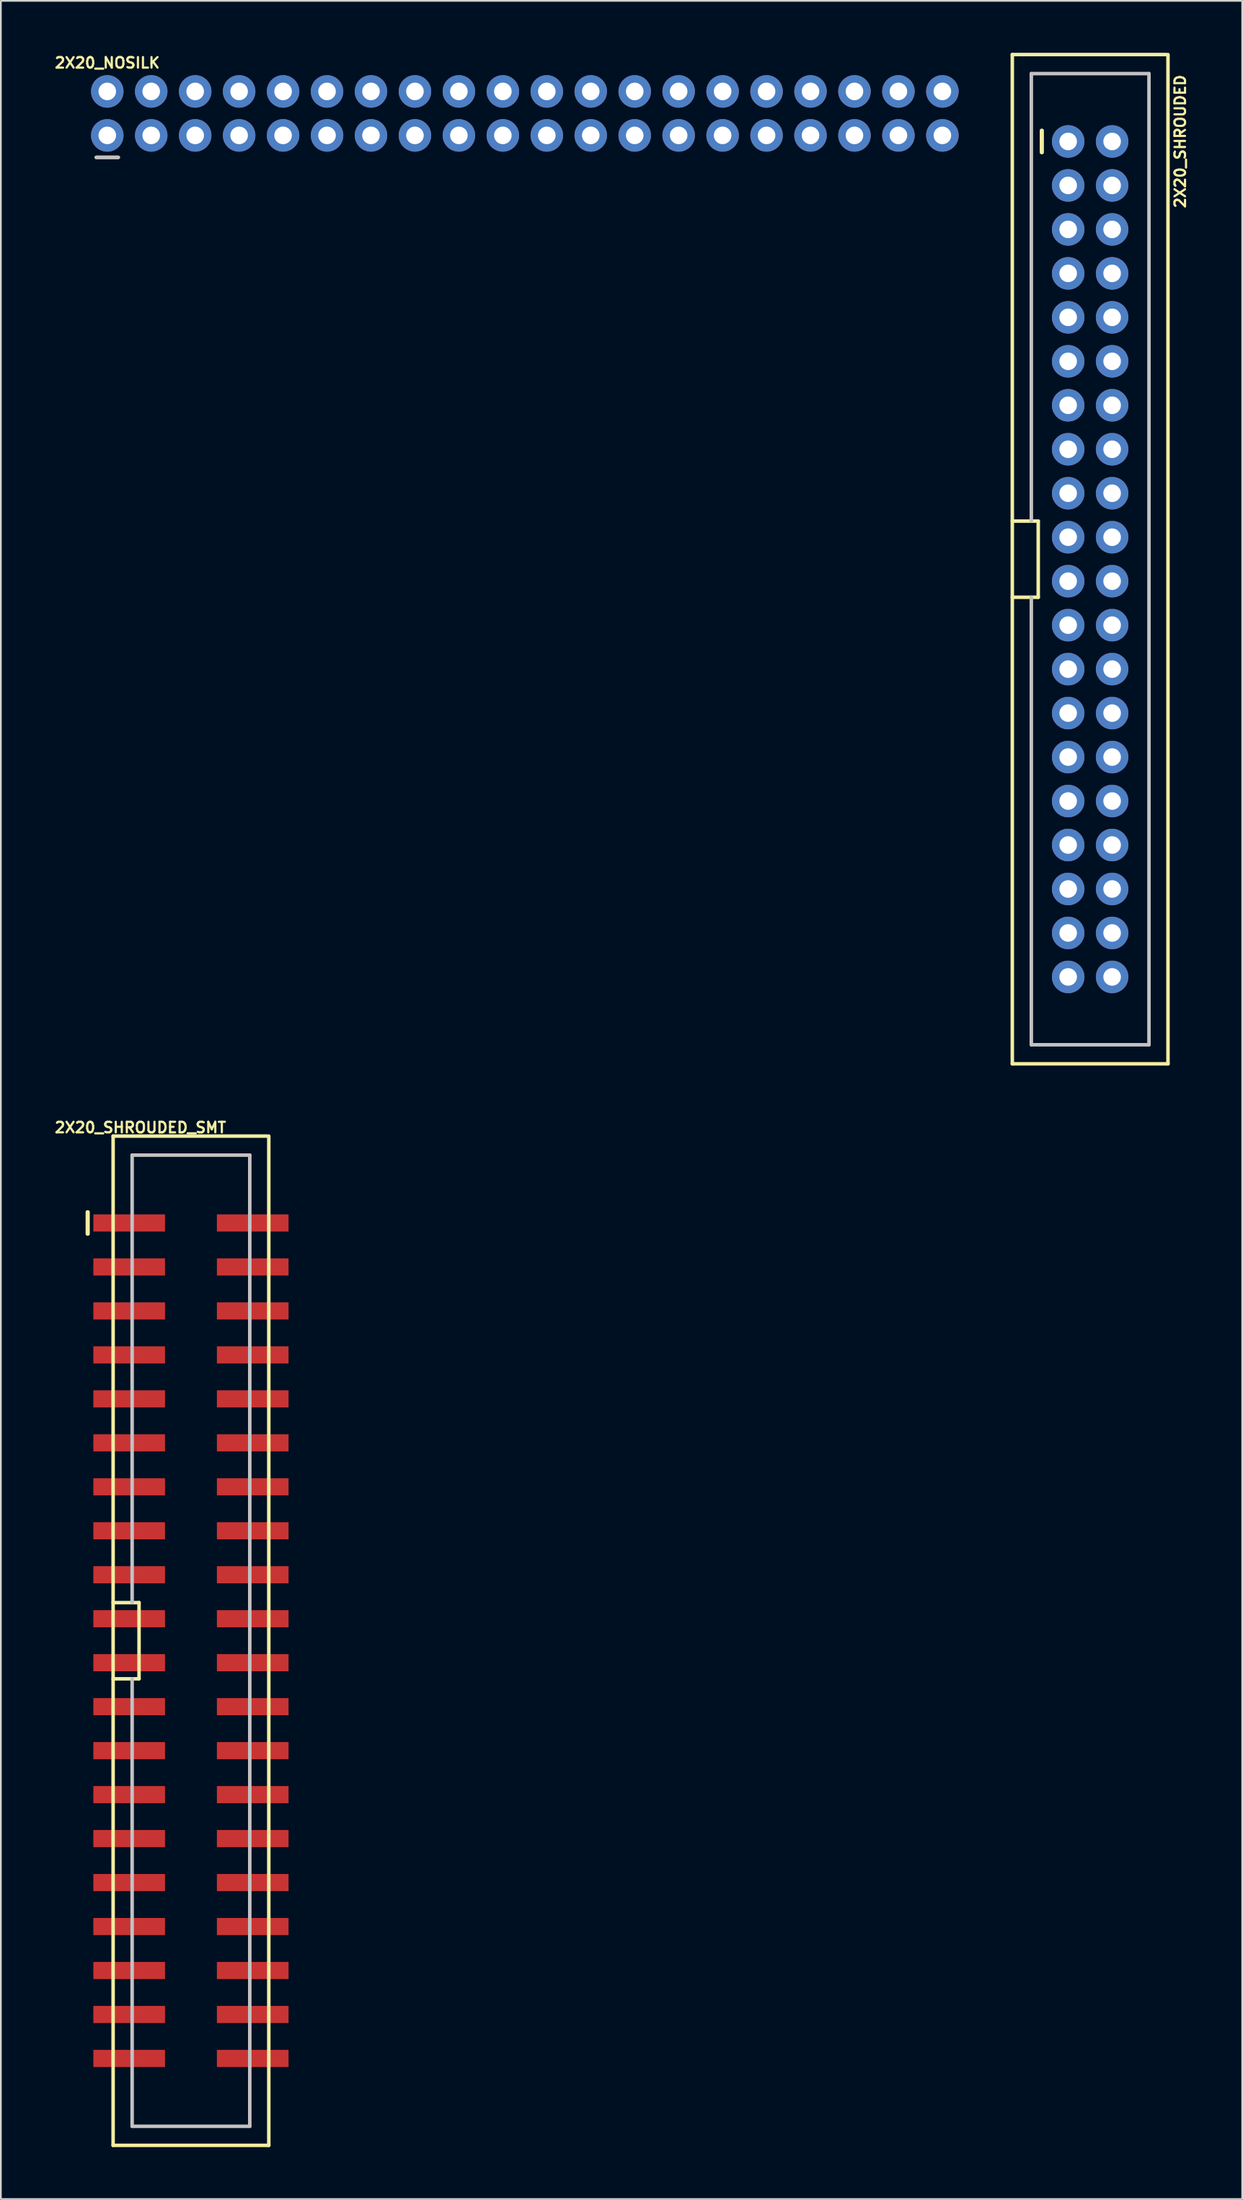
<source format=kicad_pcb>
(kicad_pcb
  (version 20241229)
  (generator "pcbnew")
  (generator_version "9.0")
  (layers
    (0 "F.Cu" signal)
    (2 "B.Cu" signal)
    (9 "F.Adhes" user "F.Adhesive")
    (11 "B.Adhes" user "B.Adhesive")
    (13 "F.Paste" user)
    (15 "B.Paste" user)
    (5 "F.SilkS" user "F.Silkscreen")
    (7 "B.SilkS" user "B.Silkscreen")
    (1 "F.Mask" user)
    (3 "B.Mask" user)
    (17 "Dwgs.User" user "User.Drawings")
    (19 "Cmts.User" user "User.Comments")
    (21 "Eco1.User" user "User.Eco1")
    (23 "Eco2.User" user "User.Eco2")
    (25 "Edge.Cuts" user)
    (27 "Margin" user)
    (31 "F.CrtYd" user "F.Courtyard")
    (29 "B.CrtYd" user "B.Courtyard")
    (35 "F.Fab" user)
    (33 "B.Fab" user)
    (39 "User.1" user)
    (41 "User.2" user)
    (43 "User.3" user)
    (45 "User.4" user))
  (footprint "2X20_NOSILK"
    (layer "F.Cu")
    (at 3.149 4.771)
    (property "Reference" "2X20_NOSILK" (at 0 -4.191 0) (layer "F.SilkS") (effects (font (size 0.61 0.61) (thickness 0.127))))
    (attr exclude_from_pos_files exclude_from_bom)
    (fp_line (start -0.635 1.27) (end 0.635 1.27) (stroke (width 0.203) (type solid)) (layer "Dwgs.User"))
    (fp_line (start 0.635 1.27) (end -0.635 1.27) (stroke (width 0.203) (type solid)) (layer "Dwgs.User"))
    (pad "1" thru_hole circle (at 0 0) (size 1.88 1.88) (drill 1.016) (layers "*.Cu" "*.Paste" "*.Mask"))
    (pad "2" thru_hole circle (at 0 -2.54) (size 1.88 1.88) (drill 1.016) (layers "*.Cu" "*.Paste" "*.Mask"))
    (pad "3" thru_hole circle (at 2.54 0) (size 1.88 1.88) (drill 1.016) (layers "*.Cu" "*.Paste" "*.Mask"))
    (pad "4" thru_hole circle (at 2.54 -2.54) (size 1.88 1.88) (drill 1.016) (layers "*.Cu" "*.Paste" "*.Mask"))
    (pad "5" thru_hole circle (at 5.08 0) (size 1.88 1.88) (drill 1.016) (layers "*.Cu" "*.Paste" "*.Mask"))
    (pad "6" thru_hole circle (at 5.08 -2.54) (size 1.88 1.88) (drill 1.016) (layers "*.Cu" "*.Paste" "*.Mask"))
    (pad "7" thru_hole circle (at 7.62 0) (size 1.88 1.88) (drill 1.016) (layers "*.Cu" "*.Paste" "*.Mask"))
    (pad "8" thru_hole circle (at 7.62 -2.54) (size 1.88 1.88) (drill 1.016) (layers "*.Cu" "*.Paste" "*.Mask"))
    (pad "9" thru_hole circle (at 10.16 0) (size 1.88 1.88) (drill 1.016) (layers "*.Cu" "*.Paste" "*.Mask"))
    (pad "10" thru_hole circle (at 10.16 -2.54) (size 1.88 1.88) (drill 1.016) (layers "*.Cu" "*.Paste" "*.Mask"))
    (pad "11" thru_hole circle (at 12.7 0) (size 1.88 1.88) (drill 1.016) (layers "*.Cu" "*.Paste" "*.Mask"))
    (pad "12" thru_hole circle (at 12.7 -2.54) (size 1.88 1.88) (drill 1.016) (layers "*.Cu" "*.Paste" "*.Mask"))
    (pad "13" thru_hole circle (at 15.24 0) (size 1.88 1.88) (drill 1.016) (layers "*.Cu" "*.Paste" "*.Mask"))
    (pad "14" thru_hole circle (at 15.24 -2.54) (size 1.88 1.88) (drill 1.016) (layers "*.Cu" "*.Paste" "*.Mask"))
    (pad "15" thru_hole circle (at 17.78 0) (size 1.88 1.88) (drill 1.016) (layers "*.Cu" "*.Paste" "*.Mask"))
    (pad "16" thru_hole circle (at 17.78 -2.54) (size 1.88 1.88) (drill 1.016) (layers "*.Cu" "*.Paste" "*.Mask"))
    (pad "17" thru_hole circle (at 20.32 0) (size 1.88 1.88) (drill 1.016) (layers "*.Cu" "*.Paste" "*.Mask"))
    (pad "18" thru_hole circle (at 20.32 -2.54) (size 1.88 1.88) (drill 1.016) (layers "*.Cu" "*.Paste" "*.Mask"))
    (pad "19" thru_hole circle (at 22.86 0) (size 1.88 1.88) (drill 1.016) (layers "*.Cu" "*.Paste" "*.Mask"))
    (pad "20" thru_hole circle (at 22.86 -2.54) (size 1.88 1.88) (drill 1.016) (layers "*.Cu" "*.Paste" "*.Mask"))
    (pad "21" thru_hole circle (at 25.4 0) (size 1.88 1.88) (drill 1.016) (layers "*.Cu" "*.Paste" "*.Mask"))
    (pad "22" thru_hole circle (at 25.4 -2.54) (size 1.88 1.88) (drill 1.016) (layers "*.Cu" "*.Paste" "*.Mask"))
    (pad "23" thru_hole circle (at 27.94 0) (size 1.88 1.88) (drill 1.016) (layers "*.Cu" "*.Paste" "*.Mask"))
    (pad "24" thru_hole circle (at 27.94 -2.54) (size 1.88 1.88) (drill 1.016) (layers "*.Cu" "*.Paste" "*.Mask"))
    (pad "25" thru_hole circle (at 30.48 0) (size 1.88 1.88) (drill 1.016) (layers "*.Cu" "*.Paste" "*.Mask"))
    (pad "26" thru_hole circle (at 30.48 -2.54) (size 1.88 1.88) (drill 1.016) (layers "*.Cu" "*.Paste" "*.Mask"))
    (pad "27" thru_hole circle (at 33.02 0) (size 1.88 1.88) (drill 1.016) (layers "*.Cu" "*.Paste" "*.Mask"))
    (pad "28" thru_hole circle (at 33.02 -2.54) (size 1.88 1.88) (drill 1.016) (layers "*.Cu" "*.Paste" "*.Mask"))
    (pad "29" thru_hole circle (at 35.56 0) (size 1.88 1.88) (drill 1.016) (layers "*.Cu" "*.Paste" "*.Mask"))
    (pad "30" thru_hole circle (at 35.56 -2.54) (size 1.88 1.88) (drill 1.016) (layers "*.Cu" "*.Paste" "*.Mask"))
    (pad "31" thru_hole circle (at 38.1 0) (size 1.88 1.88) (drill 1.016) (layers "*.Cu" "*.Paste" "*.Mask"))
    (pad "32" thru_hole circle (at 38.1 -2.54) (size 1.88 1.88) (drill 1.016) (layers "*.Cu" "*.Paste" "*.Mask"))
    (pad "33" thru_hole circle (at 40.64 0) (size 1.88 1.88) (drill 1.016) (layers "*.Cu" "*.Paste" "*.Mask"))
    (pad "34" thru_hole circle (at 40.64 -2.54) (size 1.88 1.88) (drill 1.016) (layers "*.Cu" "*.Paste" "*.Mask"))
    (pad "35" thru_hole circle (at 43.18 0) (size 1.88 1.88) (drill 1.016) (layers "*.Cu" "*.Paste" "*.Mask"))
    (pad "36" thru_hole circle (at 43.18 -2.54) (size 1.88 1.88) (drill 1.016) (layers "*.Cu" "*.Paste" "*.Mask"))
    (pad "37" thru_hole circle (at 45.72 0) (size 1.88 1.88) (drill 1.016) (layers "*.Cu" "*.Paste" "*.Mask"))
    (pad "38" thru_hole circle (at 45.72 -2.54) (size 1.88 1.88) (drill 1.016) (layers "*.Cu" "*.Paste" "*.Mask"))
    (pad "39" thru_hole circle (at 48.26 0) (size 1.88 1.88) (drill 1.016) (layers "*.Cu" "*.Paste" "*.Mask"))
    (pad "40" thru_hole circle (at 48.26 -2.54) (size 1.88 1.88) (drill 1.016) (layers "*.Cu" "*.Paste" "*.Mask")))
  (footprint "2X20_SHROUDED_SMT"
    (layer "F.Cu")
    (at 7.985 91.723)
    (property "Reference" "2X20_SHROUDED_SMT" (at -2.921 -29.642 0) (layer "F.SilkS") (effects (font (size 0.61 0.61) (thickness 0.127))))
    (attr smd)
    (fp_line (start -5.987 -24.765) (end -5.987 -23.495) (stroke (width 0.203) (type solid)) (layer "F.SilkS"))
    (fp_line (start -5.949 -24.765) (end -5.949 -23.495) (stroke (width 0.203) (type solid)) (layer "F.SilkS"))
    (fp_line (start -4.498 -29.149) (end 4.399 -29.149) (stroke (width 0.203) (type solid)) (layer "F.SilkS"))
    (fp_line (start -4.498 -2.2) (end -3 -2.2) (stroke (width 0.203) (type solid)) (layer "F.SilkS"))
    (fp_line (start -4.498 29.149) (end -4.498 -29.149) (stroke (width 0.203) (type solid)) (layer "F.SilkS"))
    (fp_line (start -3 -2.2) (end -3 2.2) (stroke (width 0.203) (type solid)) (layer "F.SilkS"))
    (fp_line (start -3 2.2) (end -4.498 2.2) (stroke (width 0.203) (type solid)) (layer "F.SilkS"))
    (fp_line (start 4.498 -29.149) (end 4.498 29.149) (stroke (width 0.203) (type solid)) (layer "F.SilkS"))
    (fp_line (start 4.498 29.149) (end -4.498 29.149) (stroke (width 0.203) (type solid)) (layer "F.SilkS"))
    (fp_line (start -3.399 -28.049) (end -3.399 -2.2) (stroke (width 0.203) (type solid)) (layer "Dwgs.User"))
    (fp_line (start -3.399 -28.049) (end 3.399 -28.049) (stroke (width 0.203) (type solid)) (layer "Dwgs.User"))
    (fp_line (start -3.399 28.049) (end -3.399 2.2) (stroke (width 0.203) (type solid)) (layer "Dwgs.User"))
    (fp_line (start -3.399 28.049) (end 3.399 28.049) (stroke (width 0.203) (type solid)) (layer "Dwgs.User"))
    (fp_line (start 3.399 -28.049) (end 3.399 28.049) (stroke (width 0.203) (type solid)) (layer "Dwgs.User"))
    (pad "1" smd rect (at -3.569 -24.13) (size 4.14 0.991) (layers "F.Cu" "F.Mask" "F.Paste"))
    (pad "2" smd rect (at 3.569 -24.13) (size 4.14 0.991) (layers "F.Cu" "F.Mask" "F.Paste"))
    (pad "3" smd rect (at -3.569 -21.59) (size 4.14 0.991) (layers "F.Cu" "F.Mask" "F.Paste"))
    (pad "4" smd rect (at 3.569 -21.59) (size 4.14 0.991) (layers "F.Cu" "F.Mask" "F.Paste"))
    (pad "5" smd rect (at -3.569 -19.05) (size 4.14 0.991) (layers "F.Cu" "F.Mask" "F.Paste"))
    (pad "6" smd rect (at 3.569 -19.05) (size 4.14 0.991) (layers "F.Cu" "F.Mask" "F.Paste"))
    (pad "7" smd rect (at -3.569 -16.51) (size 4.14 0.991) (layers "F.Cu" "F.Mask" "F.Paste"))
    (pad "8" smd rect (at 3.569 -16.51) (size 4.14 0.991) (layers "F.Cu" "F.Mask" "F.Paste"))
    (pad "9" smd rect (at -3.569 -13.97) (size 4.14 0.991) (layers "F.Cu" "F.Mask" "F.Paste"))
    (pad "10" smd rect (at 3.569 -13.97) (size 4.14 0.991) (layers "F.Cu" "F.Mask" "F.Paste"))
    (pad "11" smd rect (at -3.569 -11.43) (size 4.14 0.991) (layers "F.Cu" "F.Mask" "F.Paste"))
    (pad "12" smd rect (at 3.569 -11.43) (size 4.14 0.991) (layers "F.Cu" "F.Mask" "F.Paste"))
    (pad "13" smd rect (at -3.569 -8.89) (size 4.14 0.991) (layers "F.Cu" "F.Mask" "F.Paste"))
    (pad "14" smd rect (at 3.569 -8.89) (size 4.14 0.991) (layers "F.Cu" "F.Mask" "F.Paste"))
    (pad "15" smd rect (at -3.569 -6.35) (size 4.14 0.991) (layers "F.Cu" "F.Mask" "F.Paste"))
    (pad "16" smd rect (at 3.569 -6.35) (size 4.14 0.991) (layers "F.Cu" "F.Mask" "F.Paste"))
    (pad "17" smd rect (at -3.569 -3.81) (size 4.14 0.991) (layers "F.Cu" "F.Mask" "F.Paste"))
    (pad "18" smd rect (at 3.569 -3.81) (size 4.14 0.991) (layers "F.Cu" "F.Mask" "F.Paste"))
    (pad "19" smd rect (at -3.569 -1.27) (size 4.14 0.991) (layers "F.Cu" "F.Mask" "F.Paste"))
    (pad "20" smd rect (at 3.569 -1.27) (size 4.14 0.991) (layers "F.Cu" "F.Mask" "F.Paste"))
    (pad "21" smd rect (at -3.569 1.27) (size 4.14 0.991) (layers "F.Cu" "F.Mask" "F.Paste"))
    (pad "22" smd rect (at 3.569 1.27) (size 4.14 0.991) (layers "F.Cu" "F.Mask" "F.Paste"))
    (pad "23" smd rect (at -3.569 3.81) (size 4.14 0.991) (layers "F.Cu" "F.Mask" "F.Paste"))
    (pad "24" smd rect (at 3.569 3.81) (size 4.14 0.991) (layers "F.Cu" "F.Mask" "F.Paste"))
    (pad "25" smd rect (at -3.569 6.35) (size 4.14 0.991) (layers "F.Cu" "F.Mask" "F.Paste"))
    (pad "26" smd rect (at 3.569 6.35) (size 4.14 0.991) (layers "F.Cu" "F.Mask" "F.Paste"))
    (pad "27" smd rect (at -3.569 8.89) (size 4.14 0.991) (layers "F.Cu" "F.Mask" "F.Paste"))
    (pad "28" smd rect (at 3.569 8.89) (size 4.14 0.991) (layers "F.Cu" "F.Mask" "F.Paste"))
    (pad "29" smd rect (at -3.569 11.43) (size 4.14 0.991) (layers "F.Cu" "F.Mask" "F.Paste"))
    (pad "30" smd rect (at 3.569 11.43) (size 4.14 0.991) (layers "F.Cu" "F.Mask" "F.Paste"))
    (pad "31" smd rect (at -3.569 13.97) (size 4.14 0.991) (layers "F.Cu" "F.Mask" "F.Paste"))
    (pad "32" smd rect (at 3.569 13.97) (size 4.14 0.991) (layers "F.Cu" "F.Mask" "F.Paste"))
    (pad "33" smd rect (at -3.569 16.51) (size 4.14 0.991) (layers "F.Cu" "F.Mask" "F.Paste"))
    (pad "34" smd rect (at 3.569 16.51) (size 4.14 0.991) (layers "F.Cu" "F.Mask" "F.Paste"))
    (pad "35" smd rect (at -3.569 19.05) (size 4.14 0.991) (layers "F.Cu" "F.Mask" "F.Paste"))
    (pad "36" smd rect (at 3.569 19.05) (size 4.14 0.991) (layers "F.Cu" "F.Mask" "F.Paste"))
    (pad "37" smd rect (at -3.569 21.59) (size 4.14 0.991) (layers "F.Cu" "F.Mask" "F.Paste"))
    (pad "38" smd rect (at 3.569 21.59) (size 4.14 0.991) (layers "F.Cu" "F.Mask" "F.Paste"))
    (pad "39" smd rect (at -3.569 24.13) (size 4.14 0.991) (layers "F.Cu" "F.Mask" "F.Paste"))
    (pad "40" smd rect (at 3.569 24.13) (size 4.14 0.991) (layers "F.Cu" "F.Mask" "F.Paste")))
  (footprint "2X20_SHROUDED"
    (layer "F.Cu")
    (at 59.948 29.251)
    (property "Reference" "2X20_SHROUDED" (at 5.207 -24.13 90) (layer "F.SilkS") (effects (font (size 0.61 0.61) (thickness 0.127))))
    (attr exclude_from_pos_files exclude_from_bom)
    (fp_line (start -4.498 -29.149) (end 4.399 -29.149) (stroke (width 0.203) (type solid)) (layer "F.SilkS"))
    (fp_line (start -4.498 -2.2) (end -3 -2.2) (stroke (width 0.203) (type solid)) (layer "F.SilkS"))
    (fp_line (start -4.498 29.149) (end -4.498 -29.149) (stroke (width 0.203) (type solid)) (layer "F.SilkS"))
    (fp_line (start -3 -2.2) (end -3 2.2) (stroke (width 0.203) (type solid)) (layer "F.SilkS"))
    (fp_line (start -3 2.2) (end -4.498 2.2) (stroke (width 0.203) (type solid)) (layer "F.SilkS"))
    (fp_line (start -2.812 -24.765) (end -2.812 -23.495) (stroke (width 0.203) (type solid)) (layer "F.SilkS"))
    (fp_line (start -2.774 -24.765) (end -2.774 -23.495) (stroke (width 0.203) (type solid)) (layer "F.SilkS"))
    (fp_line (start 4.498 -29.149) (end 4.498 29.149) (stroke (width 0.203) (type solid)) (layer "F.SilkS"))
    (fp_line (start 4.498 29.149) (end -4.498 29.149) (stroke (width 0.203) (type solid)) (layer "F.SilkS"))
    (fp_line (start -3.399 -28.049) (end -3.399 -2.2) (stroke (width 0.203) (type solid)) (layer "Dwgs.User"))
    (fp_line (start -3.399 -28.049) (end 3.399 -28.049) (stroke (width 0.203) (type solid)) (layer "Dwgs.User"))
    (fp_line (start -3.399 28.049) (end -3.399 2.2) (stroke (width 0.203) (type solid)) (layer "Dwgs.User"))
    (fp_line (start -3.399 28.049) (end 3.399 28.049) (stroke (width 0.203) (type solid)) (layer "Dwgs.User"))
    (fp_line (start 3.399 -28.049) (end 3.399 28.049) (stroke (width 0.203) (type solid)) (layer "Dwgs.User"))
    (pad "1" thru_hole circle (at -1.27 -24.13) (size 1.88 1.88) (drill 1.016) (layers "*.Cu" "*.Paste" "*.Mask"))
    (pad "2" thru_hole circle (at 1.27 -24.13) (size 1.88 1.88) (drill 1.016) (layers "*.Cu" "*.Paste" "*.Mask"))
    (pad "3" thru_hole circle (at -1.27 -21.59) (size 1.88 1.88) (drill 1.016) (layers "*.Cu" "*.Paste" "*.Mask"))
    (pad "4" thru_hole circle (at 1.27 -21.59) (size 1.88 1.88) (drill 1.016) (layers "*.Cu" "*.Paste" "*.Mask"))
    (pad "5" thru_hole circle (at -1.27 -19.05) (size 1.88 1.88) (drill 1.016) (layers "*.Cu" "*.Paste" "*.Mask"))
    (pad "6" thru_hole circle (at 1.27 -19.05) (size 1.88 1.88) (drill 1.016) (layers "*.Cu" "*.Paste" "*.Mask"))
    (pad "7" thru_hole circle (at -1.27 -16.51) (size 1.88 1.88) (drill 1.016) (layers "*.Cu" "*.Paste" "*.Mask"))
    (pad "8" thru_hole circle (at 1.27 -16.51) (size 1.88 1.88) (drill 1.016) (layers "*.Cu" "*.Paste" "*.Mask"))
    (pad "9" thru_hole circle (at -1.27 -13.97) (size 1.88 1.88) (drill 1.016) (layers "*.Cu" "*.Paste" "*.Mask"))
    (pad "10" thru_hole circle (at 1.27 -13.97) (size 1.88 1.88) (drill 1.016) (layers "*.Cu" "*.Paste" "*.Mask"))
    (pad "11" thru_hole circle (at -1.27 -11.43) (size 1.88 1.88) (drill 1.016) (layers "*.Cu" "*.Paste" "*.Mask"))
    (pad "12" thru_hole circle (at 1.27 -11.43) (size 1.88 1.88) (drill 1.016) (layers "*.Cu" "*.Paste" "*.Mask"))
    (pad "13" thru_hole circle (at -1.27 -8.89) (size 1.88 1.88) (drill 1.016) (layers "*.Cu" "*.Paste" "*.Mask"))
    (pad "14" thru_hole circle (at 1.27 -8.89) (size 1.88 1.88) (drill 1.016) (layers "*.Cu" "*.Paste" "*.Mask"))
    (pad "15" thru_hole circle (at -1.27 -6.35) (size 1.88 1.88) (drill 1.016) (layers "*.Cu" "*.Paste" "*.Mask"))
    (pad "16" thru_hole circle (at 1.27 -6.35) (size 1.88 1.88) (drill 1.016) (layers "*.Cu" "*.Paste" "*.Mask"))
    (pad "17" thru_hole circle (at -1.27 -3.81) (size 1.88 1.88) (drill 1.016) (layers "*.Cu" "*.Paste" "*.Mask"))
    (pad "18" thru_hole circle (at 1.27 -3.81) (size 1.88 1.88) (drill 1.016) (layers "*.Cu" "*.Paste" "*.Mask"))
    (pad "19" thru_hole circle (at -1.27 -1.27) (size 1.88 1.88) (drill 1.016) (layers "*.Cu" "*.Paste" "*.Mask"))
    (pad "20" thru_hole circle (at 1.27 -1.27) (size 1.88 1.88) (drill 1.016) (layers "*.Cu" "*.Paste" "*.Mask"))
    (pad "21" thru_hole circle (at -1.27 1.27) (size 1.88 1.88) (drill 1.016) (layers "*.Cu" "*.Paste" "*.Mask"))
    (pad "22" thru_hole circle (at 1.27 1.27) (size 1.88 1.88) (drill 1.016) (layers "*.Cu" "*.Paste" "*.Mask"))
    (pad "23" thru_hole circle (at -1.27 3.81) (size 1.88 1.88) (drill 1.016) (layers "*.Cu" "*.Paste" "*.Mask"))
    (pad "24" thru_hole circle (at 1.27 3.81) (size 1.88 1.88) (drill 1.016) (layers "*.Cu" "*.Paste" "*.Mask"))
    (pad "25" thru_hole circle (at -1.27 6.35) (size 1.88 1.88) (drill 1.016) (layers "*.Cu" "*.Paste" "*.Mask"))
    (pad "26" thru_hole circle (at 1.27 6.35) (size 1.88 1.88) (drill 1.016) (layers "*.Cu" "*.Paste" "*.Mask"))
    (pad "27" thru_hole circle (at -1.27 8.89) (size 1.88 1.88) (drill 1.016) (layers "*.Cu" "*.Paste" "*.Mask"))
    (pad "28" thru_hole circle (at 1.27 8.89) (size 1.88 1.88) (drill 1.016) (layers "*.Cu" "*.Paste" "*.Mask"))
    (pad "29" thru_hole circle (at -1.27 11.43) (size 1.88 1.88) (drill 1.016) (layers "*.Cu" "*.Paste" "*.Mask"))
    (pad "30" thru_hole circle (at 1.27 11.43) (size 1.88 1.88) (drill 1.016) (layers "*.Cu" "*.Paste" "*.Mask"))
    (pad "31" thru_hole circle (at -1.27 13.97) (size 1.88 1.88) (drill 1.016) (layers "*.Cu" "*.Paste" "*.Mask"))
    (pad "32" thru_hole circle (at 1.27 13.97) (size 1.88 1.88) (drill 1.016) (layers "*.Cu" "*.Paste" "*.Mask"))
    (pad "33" thru_hole circle (at -1.27 16.51) (size 1.88 1.88) (drill 1.016) (layers "*.Cu" "*.Paste" "*.Mask"))
    (pad "34" thru_hole circle (at 1.27 16.51) (size 1.88 1.88) (drill 1.016) (layers "*.Cu" "*.Paste" "*.Mask"))
    (pad "35" thru_hole circle (at -1.27 19.05) (size 1.88 1.88) (drill 1.016) (layers "*.Cu" "*.Paste" "*.Mask"))
    (pad "36" thru_hole circle (at 1.27 19.05) (size 1.88 1.88) (drill 1.016) (layers "*.Cu" "*.Paste" "*.Mask"))
    (pad "37" thru_hole circle (at -1.27 21.59) (size 1.88 1.88) (drill 1.016) (layers "*.Cu" "*.Paste" "*.Mask"))
    (pad "38" thru_hole circle (at 1.27 21.59) (size 1.88 1.88) (drill 1.016) (layers "*.Cu" "*.Paste" "*.Mask"))
    (pad "39" thru_hole circle (at -1.27 24.13) (size 1.88 1.88) (drill 1.016) (layers "*.Cu" "*.Paste" "*.Mask"))
    (pad "40" thru_hole circle (at 1.27 24.13) (size 1.88 1.88) (drill 1.016) (layers "*.Cu" "*.Paste" "*.Mask")))
  (gr_rect
    (start -3 -3)
    (end 68.735 123.973)
    (stroke (width 0.1) (type default))
    (fill no)
    (layer "Edge.Cuts")))
</source>
